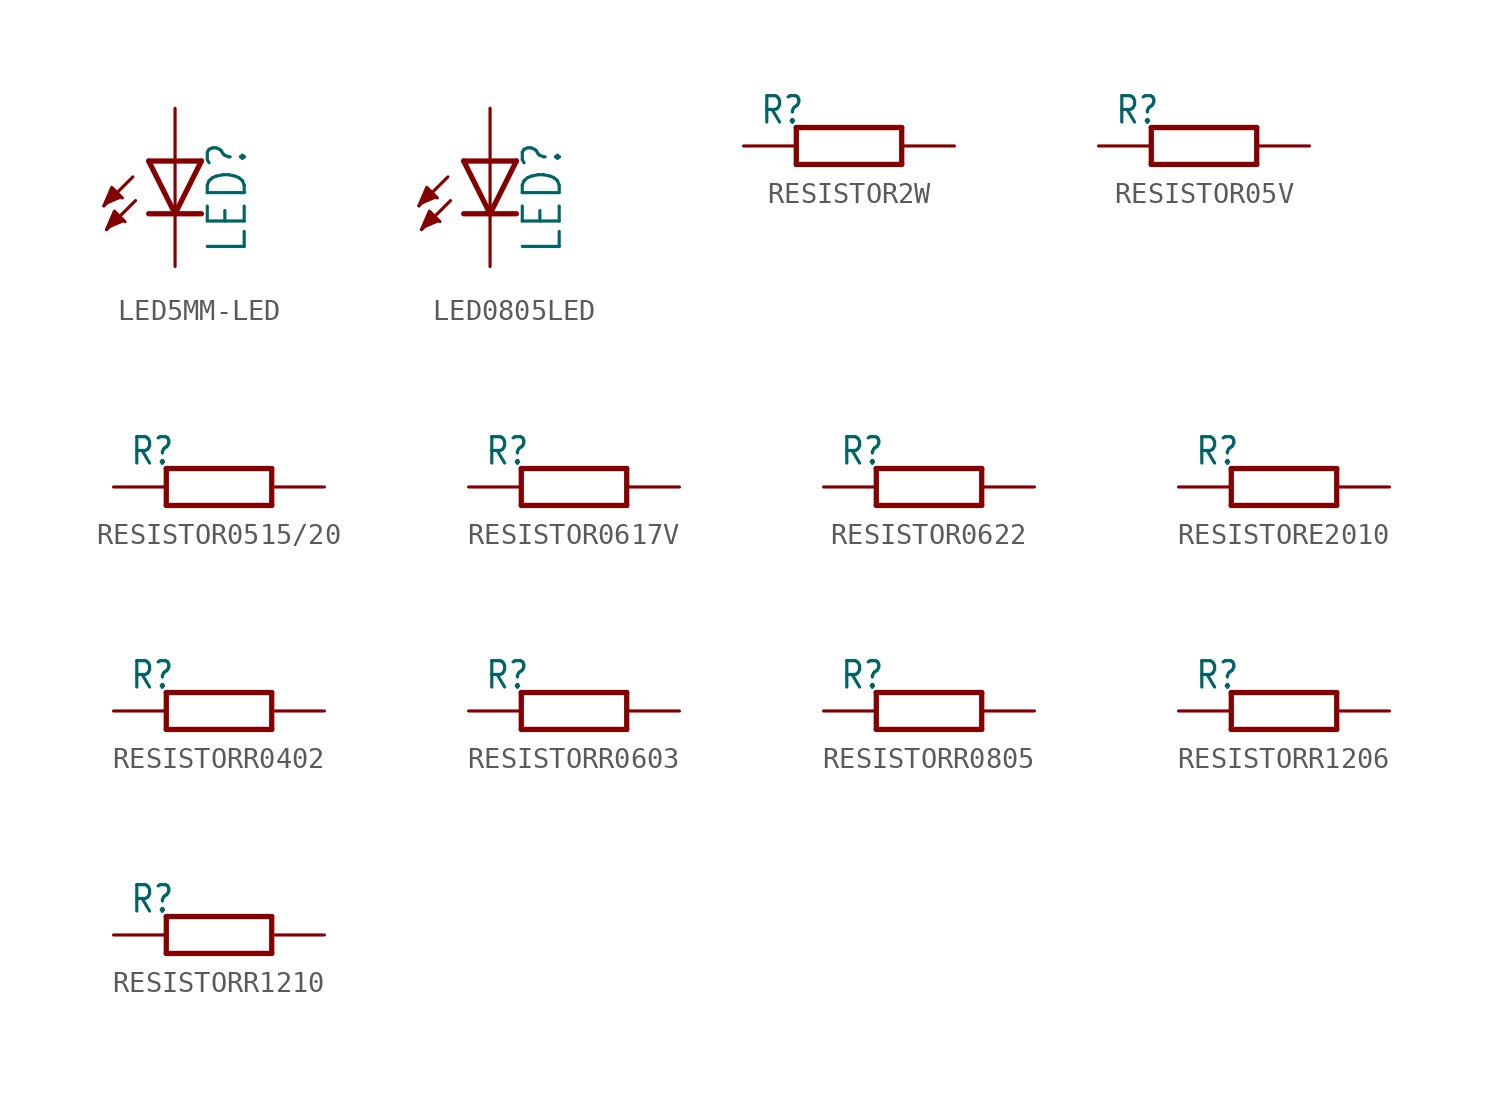
<source format=kicad_sym>
(kicad_symbol_lib
  (version 20231120)
  (generator "kicad_symbol_editor")
  (generator_version "8.0")
  (symbol "LED5MM-LED"
    (property "Reference" "LED"
      (at 3.556 -2.032 90)
      (effects (font (size 1.778 1.511)) (justify left bottom)))
    (property "Value" ""
      (at 5.715 -2.032 90)
      (effects (font (size 1.778 1.511)) (justify left bottom)))
    (property "ki_locked" ""
      (at 0 0 0)
      (effects (font (size 1.27 1.27))))
    (symbol "LED5MM-LED_1_0"
      (polyline (pts (xy -2.032 1.778) (xy -3.429 0.381)) (stroke (width 0.152) (type solid)) (fill (type none)))
      (polyline (pts (xy -1.905 0.635) (xy -3.302 -0.762)) (stroke (width 0.152) (type solid)) (fill (type none)))
      (polyline (pts (xy 0 0) (xy -1.27 0)) (stroke (width 0.254) (type solid)) (fill (type none)))
      (polyline (pts (xy 0 0) (xy -1.27 2.54)) (stroke (width 0.254) (type solid)) (fill (type none)))
      (polyline (pts (xy 0 2.54) (xy -1.27 2.54)) (stroke (width 0.254) (type solid)) (fill (type none)))
      (polyline (pts (xy 0 2.54) (xy 0 0)) (stroke (width 0.152) (type solid)) (fill (type none)))
      (polyline (pts (xy 1.27 0) (xy 0 0)) (stroke (width 0.254) (type solid)) (fill (type none)))
      (polyline (pts (xy 1.27 2.54) (xy 0 0)) (stroke (width 0.254) (type solid)) (fill (type none)))
      (polyline (pts (xy 1.27 2.54) (xy 0 2.54)) (stroke (width 0.254) (type solid)) (fill (type none)))
      (polyline (pts (xy -3.429 0.381) (xy -3.048 1.27) (xy -2.54 0.762)) (stroke (width 0.152) (type solid)) (fill (type outline)))
      (polyline (pts (xy -3.302 -0.762) (xy -2.921 0.127) (xy -2.413 -0.381)) (stroke (width 0.152) (type solid)) (fill (type outline)))
      (pin passive line (at 0 5.08 270) (length 2.54) (name "A" (effects (font (size 0 0)))) (number "A" (effects (font (size 0 0)))))
      (pin passive line (at 0 -2.54 90) (length 2.54) (name "C" (effects (font (size 0 0)))) (number "K" (effects (font (size 0 0)))))))
  (symbol "LED0805LED"
    (property "Reference" "LED"
      (at 3.556 -2.032 90)
      (effects (font (size 1.778 1.511)) (justify left bottom)))
    (property "Value" ""
      (at 5.715 -2.032 90)
      (effects (font (size 1.778 1.511)) (justify left bottom)))
    (property "ki_locked" ""
      (at 0 0 0)
      (effects (font (size 1.27 1.27))))
    (symbol "LED0805LED_1_0"
      (polyline (pts (xy -2.032 1.778) (xy -3.429 0.381)) (stroke (width 0.152) (type solid)) (fill (type none)))
      (polyline (pts (xy -1.905 0.635) (xy -3.302 -0.762)) (stroke (width 0.152) (type solid)) (fill (type none)))
      (polyline (pts (xy 0 0) (xy -1.27 0)) (stroke (width 0.254) (type solid)) (fill (type none)))
      (polyline (pts (xy 0 0) (xy -1.27 2.54)) (stroke (width 0.254) (type solid)) (fill (type none)))
      (polyline (pts (xy 0 2.54) (xy -1.27 2.54)) (stroke (width 0.254) (type solid)) (fill (type none)))
      (polyline (pts (xy 0 2.54) (xy 0 0)) (stroke (width 0.152) (type solid)) (fill (type none)))
      (polyline (pts (xy 1.27 0) (xy 0 0)) (stroke (width 0.254) (type solid)) (fill (type none)))
      (polyline (pts (xy 1.27 2.54) (xy 0 0)) (stroke (width 0.254) (type solid)) (fill (type none)))
      (polyline (pts (xy 1.27 2.54) (xy 0 2.54)) (stroke (width 0.254) (type solid)) (fill (type none)))
      (polyline (pts (xy -3.429 0.381) (xy -3.048 1.27) (xy -2.54 0.762)) (stroke (width 0.152) (type solid)) (fill (type outline)))
      (polyline (pts (xy -3.302 -0.762) (xy -2.921 0.127) (xy -2.413 -0.381)) (stroke (width 0.152) (type solid)) (fill (type outline)))
      (pin passive line (at 0 5.08 270) (length 2.54) (name "A" (effects (font (size 0 0)))) (number "A" (effects (font (size 0 0)))))
      (pin passive line (at 0 -2.54 90) (length 2.54) (name "C" (effects (font (size 0 0)))) (number "C" (effects (font (size 0 0)))))))
  (symbol "RESISTOR2W"
    (property "Reference" "R"
      (at -4.318 0.991 0)
      (effects (font (size 1.27 1.079)) (justify left bottom)))
    (property "Value" ""
      (at 0.254 1.016 0)
      (effects (font (size 1.27 1.079)) (justify left bottom)))
    (property "ki_locked" ""
      (at 0 0 0)
      (effects (font (size 1.27 1.27))))
    (symbol "RESISTOR2W_1_0"
      (polyline (pts (xy -2.54 -0.889) (xy -2.54 0.889)) (stroke (width 0.254) (type solid)) (fill (type none)))
      (polyline (pts (xy -2.54 -0.889) (xy 2.54 -0.889)) (stroke (width 0.254) (type solid)) (fill (type none)))
      (polyline (pts (xy 2.54 -0.889) (xy 2.54 0.889)) (stroke (width 0.254) (type solid)) (fill (type none)))
      (polyline (pts (xy 2.54 0.889) (xy -2.54 0.889)) (stroke (width 0.254) (type solid)) (fill (type none)))
      (pin passive line (at -5.08 0 0) (length 2.54) (name "1" (effects (font (size 0 0)))) (number "+" (effects (font (size 0 0)))))
      (pin passive line (at 5.08 0 180) (length 2.54) (name "2" (effects (font (size 0 0)))) (number "-" (effects (font (size 0 0)))))))
  (symbol "RESISTOR05V"
    (property "Reference" "R"
      (at -4.318 0.991 0)
      (effects (font (size 1.27 1.079)) (justify left bottom)))
    (property "Value" ""
      (at 0.254 1.016 0)
      (effects (font (size 1.27 1.079)) (justify left bottom)))
    (property "ki_locked" ""
      (at 0 0 0)
      (effects (font (size 1.27 1.27))))
    (symbol "RESISTOR05V_1_0"
      (polyline (pts (xy -2.54 -0.889) (xy -2.54 0.889)) (stroke (width 0.254) (type solid)) (fill (type none)))
      (polyline (pts (xy -2.54 -0.889) (xy 2.54 -0.889)) (stroke (width 0.254) (type solid)) (fill (type none)))
      (polyline (pts (xy 2.54 -0.889) (xy 2.54 0.889)) (stroke (width 0.254) (type solid)) (fill (type none)))
      (polyline (pts (xy 2.54 0.889) (xy -2.54 0.889)) (stroke (width 0.254) (type solid)) (fill (type none)))
      (pin passive line (at -5.08 0 0) (length 2.54) (name "1" (effects (font (size 0 0)))) (number "1" (effects (font (size 0 0)))))
      (pin passive line (at 5.08 0 180) (length 2.54) (name "2" (effects (font (size 0 0)))) (number "2" (effects (font (size 0 0)))))))
  (symbol "RESISTOR0515/20"
    (property "Reference" "R"
      (at -4.318 0.991 0)
      (effects (font (size 1.27 1.079)) (justify left bottom)))
    (property "Value" ""
      (at 0.254 1.016 0)
      (effects (font (size 1.27 1.079)) (justify left bottom)))
    (property "ki_locked" ""
      (at 0 0 0)
      (effects (font (size 1.27 1.27))))
    (symbol "RESISTOR0515/20_1_0"
      (polyline (pts (xy -2.54 -0.889) (xy -2.54 0.889)) (stroke (width 0.254) (type solid)) (fill (type none)))
      (polyline (pts (xy -2.54 -0.889) (xy 2.54 -0.889)) (stroke (width 0.254) (type solid)) (fill (type none)))
      (polyline (pts (xy 2.54 -0.889) (xy 2.54 0.889)) (stroke (width 0.254) (type solid)) (fill (type none)))
      (polyline (pts (xy 2.54 0.889) (xy -2.54 0.889)) (stroke (width 0.254) (type solid)) (fill (type none)))
      (pin passive line (at -5.08 0 0) (length 2.54) (name "1" (effects (font (size 0 0)))) (number "1" (effects (font (size 0 0)))))
      (pin passive line (at 5.08 0 180) (length 2.54) (name "2" (effects (font (size 0 0)))) (number "2" (effects (font (size 0 0)))))))
  (symbol "RESISTOR0617V"
    (property "Reference" "R"
      (at -4.318 0.991 0)
      (effects (font (size 1.27 1.079)) (justify left bottom)))
    (property "Value" ""
      (at 0.254 1.016 0)
      (effects (font (size 1.27 1.079)) (justify left bottom)))
    (property "ki_locked" ""
      (at 0 0 0)
      (effects (font (size 1.27 1.27))))
    (symbol "RESISTOR0617V_1_0"
      (polyline (pts (xy -2.54 -0.889) (xy -2.54 0.889)) (stroke (width 0.254) (type solid)) (fill (type none)))
      (polyline (pts (xy -2.54 -0.889) (xy 2.54 -0.889)) (stroke (width 0.254) (type solid)) (fill (type none)))
      (polyline (pts (xy 2.54 -0.889) (xy 2.54 0.889)) (stroke (width 0.254) (type solid)) (fill (type none)))
      (polyline (pts (xy 2.54 0.889) (xy -2.54 0.889)) (stroke (width 0.254) (type solid)) (fill (type none)))
      (pin passive line (at -5.08 0 0) (length 2.54) (name "1" (effects (font (size 0 0)))) (number "1" (effects (font (size 0 0)))))
      (pin passive line (at 5.08 0 180) (length 2.54) (name "2" (effects (font (size 0 0)))) (number "2" (effects (font (size 0 0)))))))
  (symbol "RESISTOR0622"
    (property "Reference" "R"
      (at -4.318 0.991 0)
      (effects (font (size 1.27 1.079)) (justify left bottom)))
    (property "Value" ""
      (at 0.254 1.016 0)
      (effects (font (size 1.27 1.079)) (justify left bottom)))
    (property "ki_locked" ""
      (at 0 0 0)
      (effects (font (size 1.27 1.27))))
    (symbol "RESISTOR0622_1_0"
      (polyline (pts (xy -2.54 -0.889) (xy -2.54 0.889)) (stroke (width 0.254) (type solid)) (fill (type none)))
      (polyline (pts (xy -2.54 -0.889) (xy 2.54 -0.889)) (stroke (width 0.254) (type solid)) (fill (type none)))
      (polyline (pts (xy 2.54 -0.889) (xy 2.54 0.889)) (stroke (width 0.254) (type solid)) (fill (type none)))
      (polyline (pts (xy 2.54 0.889) (xy -2.54 0.889)) (stroke (width 0.254) (type solid)) (fill (type none)))
      (pin passive line (at -5.08 0 0) (length 2.54) (name "1" (effects (font (size 0 0)))) (number "1" (effects (font (size 0 0)))))
      (pin passive line (at 5.08 0 180) (length 2.54) (name "2" (effects (font (size 0 0)))) (number "2" (effects (font (size 0 0)))))))
  (symbol "RESISTORE2010"
    (property "Reference" "R"
      (at -4.318 0.991 0)
      (effects (font (size 1.27 1.079)) (justify left bottom)))
    (property "Value" ""
      (at 0.254 1.016 0)
      (effects (font (size 1.27 1.079)) (justify left bottom)))
    (property "ki_locked" ""
      (at 0 0 0)
      (effects (font (size 1.27 1.27))))
    (symbol "RESISTORE2010_1_0"
      (polyline (pts (xy -2.54 -0.889) (xy -2.54 0.889)) (stroke (width 0.254) (type solid)) (fill (type none)))
      (polyline (pts (xy -2.54 -0.889) (xy 2.54 -0.889)) (stroke (width 0.254) (type solid)) (fill (type none)))
      (polyline (pts (xy 2.54 -0.889) (xy 2.54 0.889)) (stroke (width 0.254) (type solid)) (fill (type none)))
      (polyline (pts (xy 2.54 0.889) (xy -2.54 0.889)) (stroke (width 0.254) (type solid)) (fill (type none)))
      (pin passive line (at -5.08 0 0) (length 2.54) (name "1" (effects (font (size 0 0)))) (number "1" (effects (font (size 0 0)))))
      (pin passive line (at 5.08 0 180) (length 2.54) (name "2" (effects (font (size 0 0)))) (number "2" (effects (font (size 0 0)))))))
  (symbol "RESISTORR0402"
    (property "Reference" "R"
      (at -4.318 0.991 0)
      (effects (font (size 1.27 1.079)) (justify left bottom)))
    (property "Value" ""
      (at 0.254 1.016 0)
      (effects (font (size 1.27 1.079)) (justify left bottom)))
    (property "ki_locked" ""
      (at 0 0 0)
      (effects (font (size 1.27 1.27))))
    (symbol "RESISTORR0402_1_0"
      (polyline (pts (xy -2.54 -0.889) (xy -2.54 0.889)) (stroke (width 0.254) (type solid)) (fill (type none)))
      (polyline (pts (xy -2.54 -0.889) (xy 2.54 -0.889)) (stroke (width 0.254) (type solid)) (fill (type none)))
      (polyline (pts (xy 2.54 -0.889) (xy 2.54 0.889)) (stroke (width 0.254) (type solid)) (fill (type none)))
      (polyline (pts (xy 2.54 0.889) (xy -2.54 0.889)) (stroke (width 0.254) (type solid)) (fill (type none)))
      (pin passive line (at -5.08 0 0) (length 2.54) (name "1" (effects (font (size 0 0)))) (number "1" (effects (font (size 0 0)))))
      (pin passive line (at 5.08 0 180) (length 2.54) (name "2" (effects (font (size 0 0)))) (number "2" (effects (font (size 0 0)))))))
  (symbol "RESISTORR0603"
    (property "Reference" "R"
      (at -4.318 0.991 0)
      (effects (font (size 1.27 1.079)) (justify left bottom)))
    (property "Value" ""
      (at 0.254 1.016 0)
      (effects (font (size 1.27 1.079)) (justify left bottom)))
    (property "ki_locked" ""
      (at 0 0 0)
      (effects (font (size 1.27 1.27))))
    (symbol "RESISTORR0603_1_0"
      (polyline (pts (xy -2.54 -0.889) (xy -2.54 0.889)) (stroke (width 0.254) (type solid)) (fill (type none)))
      (polyline (pts (xy -2.54 -0.889) (xy 2.54 -0.889)) (stroke (width 0.254) (type solid)) (fill (type none)))
      (polyline (pts (xy 2.54 -0.889) (xy 2.54 0.889)) (stroke (width 0.254) (type solid)) (fill (type none)))
      (polyline (pts (xy 2.54 0.889) (xy -2.54 0.889)) (stroke (width 0.254) (type solid)) (fill (type none)))
      (pin passive line (at -5.08 0 0) (length 2.54) (name "1" (effects (font (size 0 0)))) (number "1" (effects (font (size 0 0)))))
      (pin passive line (at 5.08 0 180) (length 2.54) (name "2" (effects (font (size 0 0)))) (number "2" (effects (font (size 0 0)))))))
  (symbol "RESISTORR0805"
    (property "Reference" "R"
      (at -4.318 0.991 0)
      (effects (font (size 1.27 1.079)) (justify left bottom)))
    (property "Value" ""
      (at 0.254 1.016 0)
      (effects (font (size 1.27 1.079)) (justify left bottom)))
    (property "ki_locked" ""
      (at 0 0 0)
      (effects (font (size 1.27 1.27))))
    (symbol "RESISTORR0805_1_0"
      (polyline (pts (xy -2.54 -0.889) (xy -2.54 0.889)) (stroke (width 0.254) (type solid)) (fill (type none)))
      (polyline (pts (xy -2.54 -0.889) (xy 2.54 -0.889)) (stroke (width 0.254) (type solid)) (fill (type none)))
      (polyline (pts (xy 2.54 -0.889) (xy 2.54 0.889)) (stroke (width 0.254) (type solid)) (fill (type none)))
      (polyline (pts (xy 2.54 0.889) (xy -2.54 0.889)) (stroke (width 0.254) (type solid)) (fill (type none)))
      (pin passive line (at -5.08 0 0) (length 2.54) (name "1" (effects (font (size 0 0)))) (number "1" (effects (font (size 0 0)))))
      (pin passive line (at 5.08 0 180) (length 2.54) (name "2" (effects (font (size 0 0)))) (number "2" (effects (font (size 0 0)))))))
  (symbol "RESISTORR1206"
    (property "Reference" "R"
      (at -4.318 0.991 0)
      (effects (font (size 1.27 1.079)) (justify left bottom)))
    (property "Value" ""
      (at 0.254 1.016 0)
      (effects (font (size 1.27 1.079)) (justify left bottom)))
    (property "ki_locked" ""
      (at 0 0 0)
      (effects (font (size 1.27 1.27))))
    (symbol "RESISTORR1206_1_0"
      (polyline (pts (xy -2.54 -0.889) (xy -2.54 0.889)) (stroke (width 0.254) (type solid)) (fill (type none)))
      (polyline (pts (xy -2.54 -0.889) (xy 2.54 -0.889)) (stroke (width 0.254) (type solid)) (fill (type none)))
      (polyline (pts (xy 2.54 -0.889) (xy 2.54 0.889)) (stroke (width 0.254) (type solid)) (fill (type none)))
      (polyline (pts (xy 2.54 0.889) (xy -2.54 0.889)) (stroke (width 0.254) (type solid)) (fill (type none)))
      (pin passive line (at -5.08 0 0) (length 2.54) (name "1" (effects (font (size 0 0)))) (number "1" (effects (font (size 0 0)))))
      (pin passive line (at 5.08 0 180) (length 2.54) (name "2" (effects (font (size 0 0)))) (number "2" (effects (font (size 0 0)))))))
  (symbol "RESISTORR1210"
    (property "Reference" "R"
      (at -4.318 0.991 0)
      (effects (font (size 1.27 1.079)) (justify left bottom)))
    (property "Value" ""
      (at 0.254 1.016 0)
      (effects (font (size 1.27 1.079)) (justify left bottom)))
    (property "ki_locked" ""
      (at 0 0 0)
      (effects (font (size 1.27 1.27))))
    (symbol "RESISTORR1210_1_0"
      (polyline (pts (xy -2.54 -0.889) (xy -2.54 0.889)) (stroke (width 0.254) (type solid)) (fill (type none)))
      (polyline (pts (xy -2.54 -0.889) (xy 2.54 -0.889)) (stroke (width 0.254) (type solid)) (fill (type none)))
      (polyline (pts (xy 2.54 -0.889) (xy 2.54 0.889)) (stroke (width 0.254) (type solid)) (fill (type none)))
      (polyline (pts (xy 2.54 0.889) (xy -2.54 0.889)) (stroke (width 0.254) (type solid)) (fill (type none)))
      (pin passive line (at -5.08 0 0) (length 2.54) (name "1" (effects (font (size 0 0)))) (number "1" (effects (font (size 0 0)))))
      (pin passive line (at 5.08 0 180) (length 2.54) (name "2" (effects (font (size 0 0)))) (number "2" (effects (font (size 0 0))))))))
</source>
